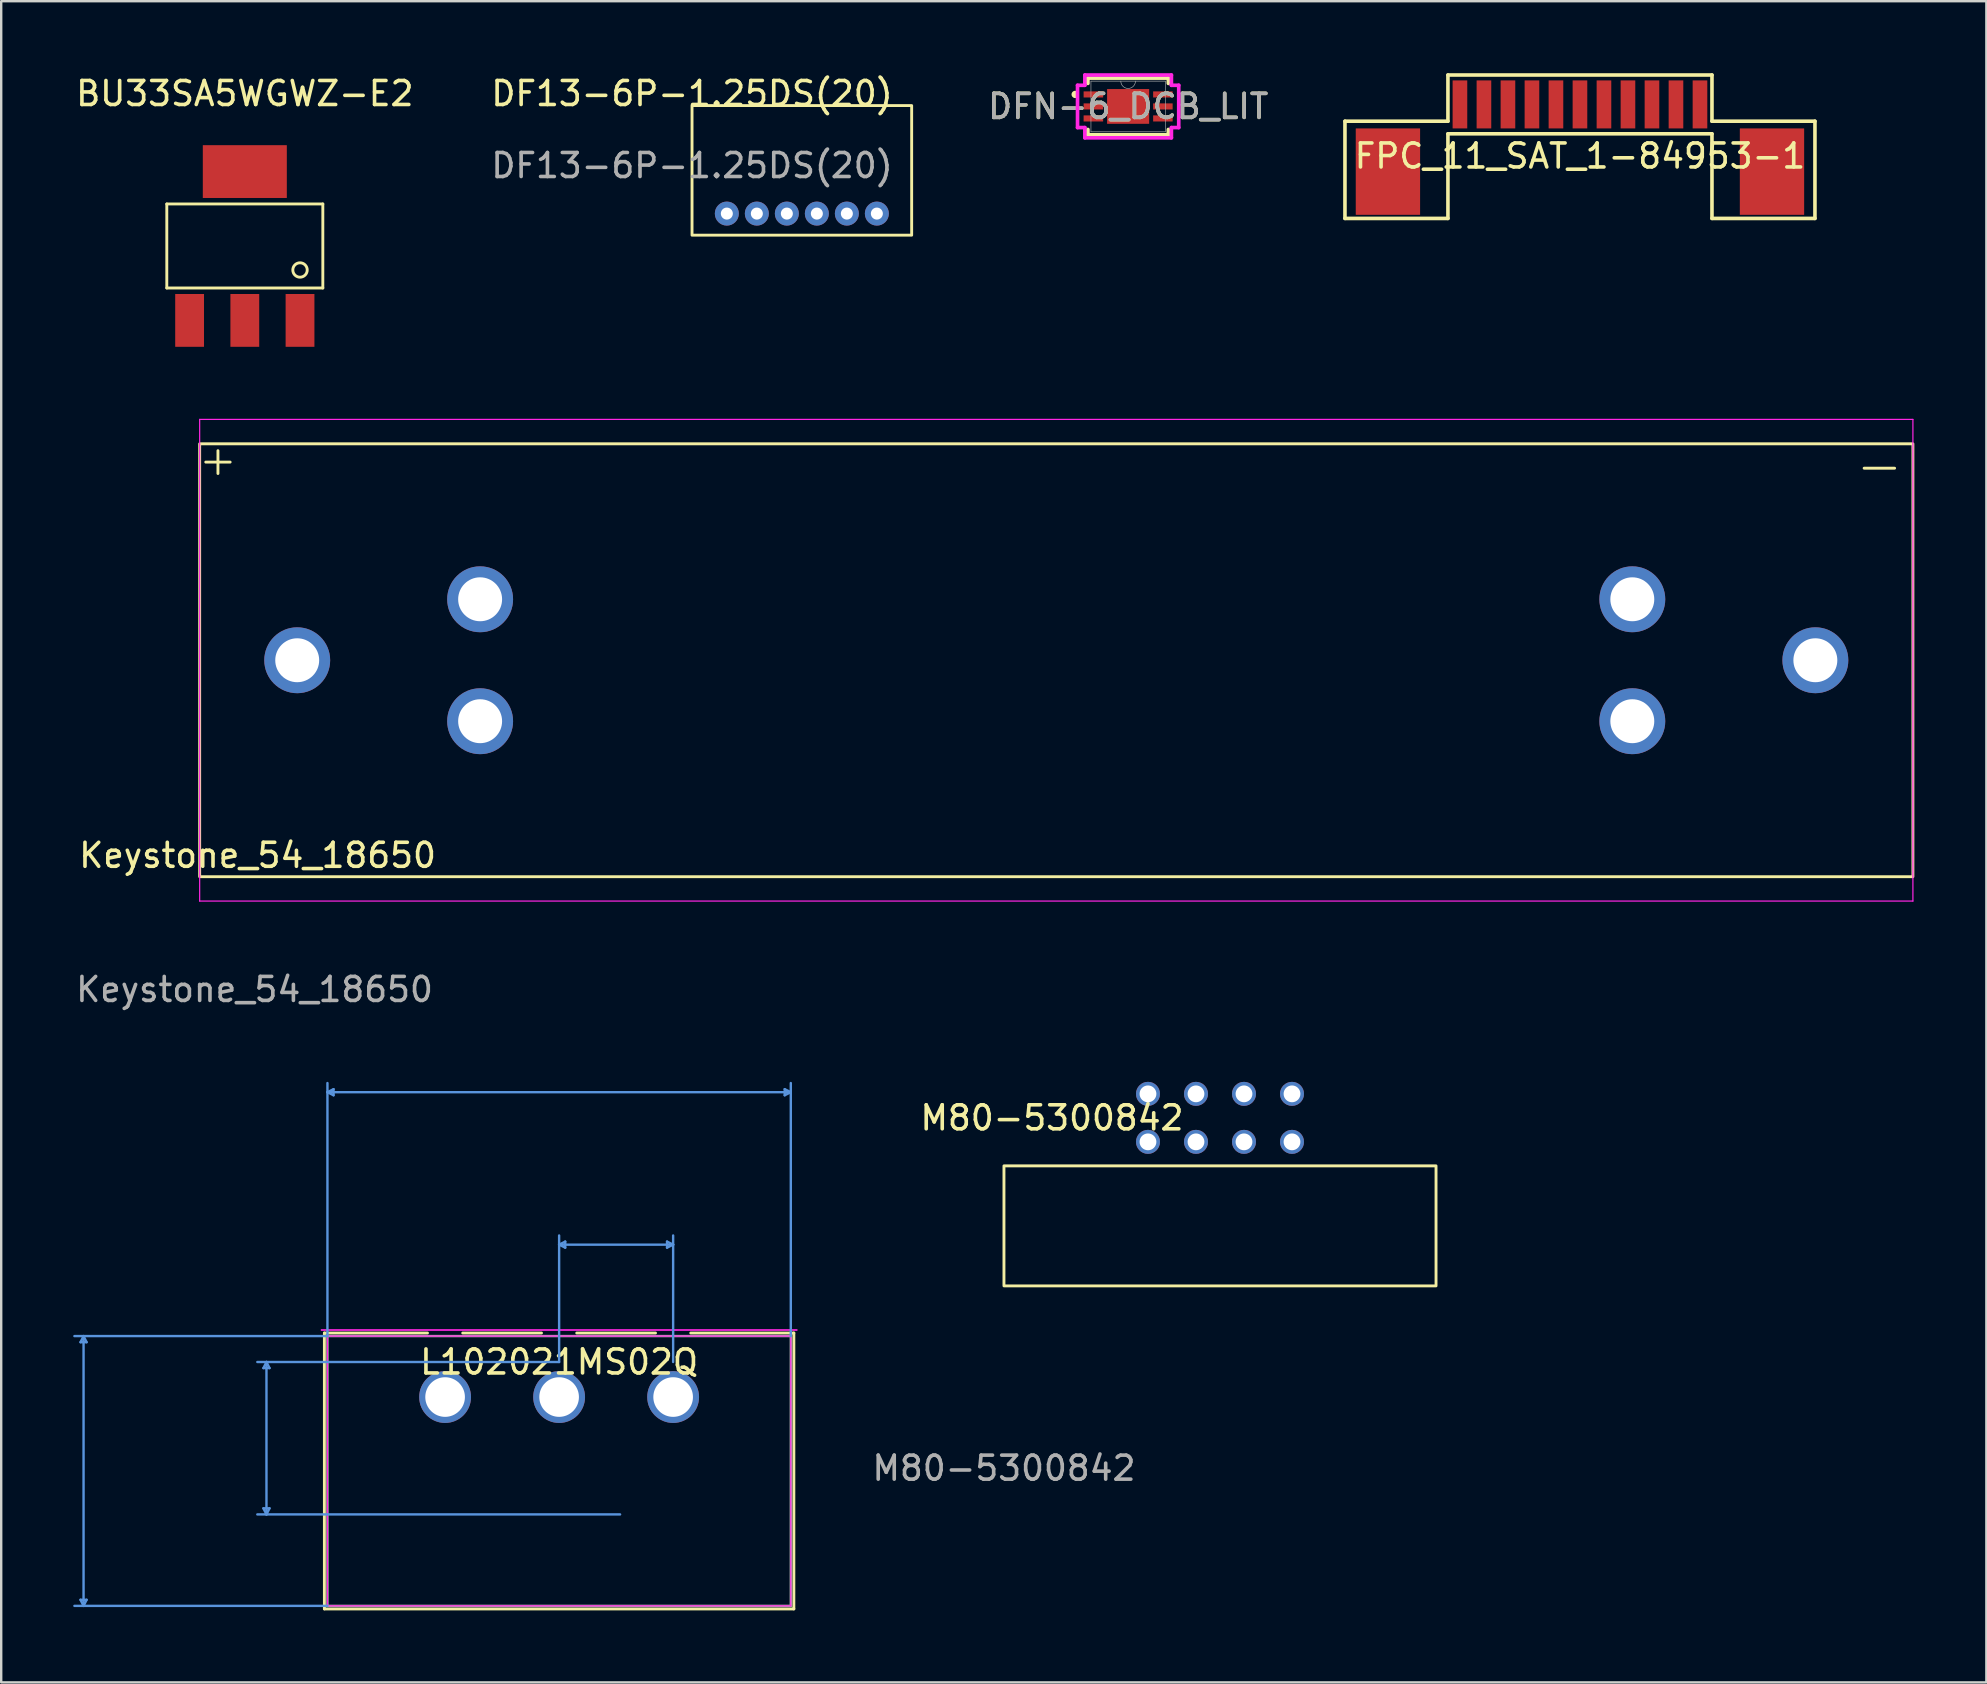
<source format=kicad_pcb>
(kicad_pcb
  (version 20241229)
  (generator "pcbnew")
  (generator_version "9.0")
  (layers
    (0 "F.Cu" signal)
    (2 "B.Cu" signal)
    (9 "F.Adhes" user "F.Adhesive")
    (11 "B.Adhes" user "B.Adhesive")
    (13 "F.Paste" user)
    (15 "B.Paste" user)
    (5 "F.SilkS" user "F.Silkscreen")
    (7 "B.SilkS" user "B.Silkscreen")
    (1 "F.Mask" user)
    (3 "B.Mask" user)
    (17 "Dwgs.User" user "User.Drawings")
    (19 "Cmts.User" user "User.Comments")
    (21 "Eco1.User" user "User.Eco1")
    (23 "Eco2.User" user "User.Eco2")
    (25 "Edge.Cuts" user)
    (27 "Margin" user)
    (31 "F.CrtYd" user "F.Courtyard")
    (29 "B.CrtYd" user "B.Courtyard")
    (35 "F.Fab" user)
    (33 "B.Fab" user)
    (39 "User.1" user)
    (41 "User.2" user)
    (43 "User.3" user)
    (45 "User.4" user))
  (footprint "Keystone_54_18650"
    (layer "F.Cu")
    (at 5.268 33.473)
    (property "Reference" "Keystone_54_18650" (at 2.413 -0.889 0) (unlocked yes) (layer "F.SilkS") (effects (font (size 1 1) (thickness 0.15))))
    (attr through_hole)
    (fp_line (start 0.254 -17.272) (end 1.27 -17.272) (stroke (width 0.12) (type solid)) (layer "F.SilkS"))
    (fp_line (start 0.762 -17.748) (end 0.762 -16.796) (stroke (width 0.12) (type solid)) (layer "F.SilkS"))
    (fp_line (start 69.342 -17.018) (end 70.612 -17.018) (stroke (width 0.12) (type solid)) (layer "F.SilkS"))
    (fp_rect (start 0 -18.034) (end 71.374 0) (stroke (width 0.12) (type solid)) (fill no) (layer "F.SilkS"))
    (fp_line (start 0 -19.05) (end 0 0) (stroke (width 0.05) (type solid)) (layer "F.CrtYd"))
    (fp_line (start 0 0) (end 0 1.016) (stroke (width 0.05) (type solid)) (layer "F.CrtYd"))
    (fp_line (start 0 1.016) (end 71.374 1.016) (stroke (width 0.05) (type solid)) (layer "F.CrtYd"))
    (fp_line (start 71.374 -19.05) (end 0 -19.05) (stroke (width 0.05) (type solid)) (layer "F.CrtYd"))
    (fp_line (start 71.374 1.016) (end 71.374 -19.05) (stroke (width 0.05) (type solid)) (layer "F.CrtYd"))
    (fp_text user "${REFERENCE}" (at 2.286 4.699 0) (unlocked yes) (layer "F.Fab") (effects (font (size 1 1) (thickness 0.15))))
    (pad "1" thru_hole circle (at 4.064 -9.017) (size 2.745 2.745) (drill 1.83) (layers "*.Cu" "*.Mask"))
    (pad "1" thru_hole circle (at 11.684 -11.557) (size 2.745 2.745) (drill 1.83) (layers "*.Cu" "*.Mask"))
    (pad "1" thru_hole circle (at 11.684 -6.477) (size 2.745 2.745) (drill 1.83) (layers "*.Cu" "*.Mask"))
    (pad "2" thru_hole circle (at 59.684 -11.557) (size 2.745 2.745) (drill 1.83) (layers "*.Cu" "*.Mask"))
    (pad "2" thru_hole circle (at 59.684 -6.477) (size 2.745 2.745) (drill 1.83) (layers "*.Cu" "*.Mask"))
    (pad "2" thru_hole circle (at 67.31 -9.017) (size 2.745 2.745) (drill 1.83) (layers "*.Cu" "*.Mask")))
  (footprint "BU33SA5WGWZ-E2"
    (layer "F.Cu")
    (at 7.149 7.198)
    (property "Reference" "BU33SA5WGWZ-E2" (at 0 -6.35 0) (layer "F.SilkS") (effects (font (size 1 1) (thickness 0.15))))
    (attr smd)
    (fp_line (start -3.25 1.75) (end -3.25 -1.75) (stroke (width 0.12) (type solid)) (layer "F.SilkS"))
    (fp_line (start -3.25 1.75) (end 3.25 1.75) (stroke (width 0.12) (type solid)) (layer "F.SilkS"))
    (fp_line (start 3.25 -1.75) (end -3.25 -1.75) (stroke (width 0.12) (type solid)) (layer "F.SilkS"))
    (fp_line (start 3.25 1.75) (end 3.25 -1.75) (stroke (width 0.12) (type solid)) (layer "F.SilkS"))
    (fp_circle (center 2.3 1) (end 2.6 1) (stroke (width 0.12) (type solid)) (fill no) (layer "F.SilkS"))
    (pad "1" smd rect (at 2.3 3.1) (size 1.2 2.2) (layers "F.Cu" "F.Mask" "F.Paste"))
    (pad "2" smd rect (at 0 3.1) (size 1.2 2.2) (layers "F.Cu" "F.Mask" "F.Paste"))
    (pad "3" smd rect (at -2.3 3.1) (size 1.2 2.2) (layers "F.Cu" "F.Mask" "F.Paste"))
    (pad "4" smd rect (at 0 -3.1) (size 3.5 2.2) (layers "F.Cu" "F.Mask" "F.Paste")))
  (footprint "M80-5300842"
    (layer "F.Cu")
    (at 38.775 50.52)
    (property "Reference" "M80-5300842" (at 2 -7 0) (unlocked yes) (layer "F.SilkS") (effects (font (size 1 1) (thickness 0.15))))
    (attr through_hole)
    (fp_rect (start 0 -5) (end 18 0) (stroke (width 0.12) (type solid)) (fill no) (layer "F.SilkS"))
    (fp_text user "${REFERENCE}" (at 0 7.596 0) (unlocked yes) (layer "F.Fab") (effects (font (size 1 1) (thickness 0.15))))
    (pad "1" thru_hole circle (at 12 -8) (size 1 1) (drill 0.7) (layers "*.Cu" "*.Mask"))
    (pad "2" thru_hole circle (at 10 -8) (size 1 1) (drill 0.7) (layers "*.Cu" "*.Mask"))
    (pad "3" thru_hole circle (at 8 -8) (size 1 1) (drill 0.7) (layers "*.Cu" "*.Mask"))
    (pad "4" thru_hole circle (at 6 -8) (size 1 1) (drill 0.7) (layers "*.Cu" "*.Mask"))
    (pad "5" thru_hole circle (at 12 -6) (size 1 1) (drill 0.7) (layers "*.Cu" "*.Mask"))
    (pad "6" thru_hole circle (at 10 -6) (size 1 1) (drill 0.7) (layers "*.Cu" "*.Mask"))
    (pad "7" thru_hole circle (at 8 -6) (size 1 1) (drill 0.7) (layers "*.Cu" "*.Mask"))
    (pad "8" thru_hole circle (at 6 -6) (size 1 1) (drill 0.7) (layers "*.Cu" "*.Mask")))
  (footprint "DFN-6_DCB_LIT"
    (layer "F.Cu")
    (at 43.948 1.384)
    (property "Reference" "DFN-6_DCB_LIT" (at 0 0 0) (unlocked yes) (layer "F.SilkS") (effects (font (size 1 1) (thickness 0.15))))
    (attr smd)
    (fp_line (start -1.676 -1.181) (end -1.676 -0.96) (stroke (width 0.152) (type solid)) (layer "F.SilkS"))
    (fp_line (start -1.676 0.96) (end -1.676 1.181) (stroke (width 0.152) (type solid)) (layer "F.SilkS"))
    (fp_line (start -1.676 1.181) (end 1.676 1.181) (stroke (width 0.152) (type solid)) (layer "F.SilkS"))
    (fp_line (start 1.676 -1.181) (end -1.676 -1.181) (stroke (width 0.152) (type solid)) (layer "F.SilkS"))
    (fp_line (start 1.676 -0.96) (end 1.676 -1.181) (stroke (width 0.152) (type solid)) (layer "F.SilkS"))
    (fp_line (start 1.676 1.181) (end 1.676 0.96) (stroke (width 0.152) (type solid)) (layer "F.SilkS"))
    (fp_arc (start -2.18694 -0.426171) (mid -2.282 -0.5) (end -2.18694 -0.573829) (stroke (width 0.1524) (type solid)) (layer "F.SilkS"))
    (fp_line (start -2.108 -0.881) (end -1.803 -0.881) (stroke (width 0.152) (type solid)) (layer "F.CrtYd"))
    (fp_line (start -2.108 0.881) (end -2.108 -0.881) (stroke (width 0.152) (type solid)) (layer "F.CrtYd"))
    (fp_line (start -2.108 0.881) (end -1.803 0.881) (stroke (width 0.152) (type solid)) (layer "F.CrtYd"))
    (fp_line (start -1.803 -1.308) (end 1.803 -1.308) (stroke (width 0.152) (type solid)) (layer "F.CrtYd"))
    (fp_line (start -1.803 -0.881) (end -1.803 -1.308) (stroke (width 0.152) (type solid)) (layer "F.CrtYd"))
    (fp_line (start -1.803 1.308) (end -1.803 0.881) (stroke (width 0.152) (type solid)) (layer "F.CrtYd"))
    (fp_line (start 1.803 -1.308) (end 1.803 -0.881) (stroke (width 0.152) (type solid)) (layer "F.CrtYd"))
    (fp_line (start 1.803 0.881) (end 1.803 1.308) (stroke (width 0.152) (type solid)) (layer "F.CrtYd"))
    (fp_line (start 1.803 1.308) (end -1.803 1.308) (stroke (width 0.152) (type solid)) (layer "F.CrtYd"))
    (fp_line (start 2.108 -0.881) (end 1.803 -0.881) (stroke (width 0.152) (type solid)) (layer "F.CrtYd"))
    (fp_line (start 2.108 -0.881) (end 2.108 0.881) (stroke (width 0.152) (type solid)) (layer "F.CrtYd"))
    (fp_line (start 2.108 0.881) (end 1.803 0.881) (stroke (width 0.152) (type solid)) (layer "F.CrtYd"))
    (fp_line (start -1.549 -1.054) (end -1.549 1.054) (stroke (width 0.025) (type solid)) (layer "F.Fab"))
    (fp_line (start -1.549 1.054) (end 1.549 1.054) (stroke (width 0.025) (type solid)) (layer "F.Fab"))
    (fp_line (start 1.549 -1.054) (end -1.549 -1.054) (stroke (width 0.025) (type solid)) (layer "F.Fab"))
    (fp_line (start 1.549 1.054) (end 1.549 -1.054) (stroke (width 0.025) (type solid)) (layer "F.Fab"))
    (fp_arc (start 0.3048 -1.0541) (mid 0 -0.7493) (end -0.3048 -1.0541) (stroke (width 0.0254) (type solid)) (layer "F.Fab"))
    (fp_text user "${REFERENCE}" (at 0 0 0) (unlocked yes) (layer "F.Fab") (effects (font (size 1 1) (thickness 0.15))))
    (pad "1" smd rect (at -1.448 -0.5) (size 0.813 0.254) (layers "F.Cu" "F.Mask" "F.Paste"))
    (pad "2" smd rect (at -1.448 0) (size 0.813 0.254) (layers "F.Cu" "F.Mask" "F.Paste"))
    (pad "3" smd rect (at -1.448 0.5) (size 0.813 0.254) (layers "F.Cu" "F.Mask" "F.Paste"))
    (pad "4" smd rect (at 1.448 0.5) (size 0.813 0.254) (layers "F.Cu" "F.Mask" "F.Paste"))
    (pad "5" smd rect (at 1.448 0) (size 0.813 0.254) (layers "F.Cu" "F.Mask" "F.Paste"))
    (pad "6" smd rect (at 1.448 -0.5) (size 0.813 0.254) (layers "F.Cu" "F.Mask" "F.Paste"))
    (pad "7" smd rect (at 0 0) (size 1.753 1.448) (layers "F.Cu" "F.Mask" "F.Paste")))
  (footprint "L102021MS02Q"
    (layer "F.Cu")
    (at 15.493 55.151)
    (property "Reference" "L102021MS02Q" (at 4.75 -1.46 0) (layer "F.SilkS") (effects (font (size 1 1) (thickness 0.15))))
    (attr through_hole)
    (fp_line (start -5.029 -2.667) (end -5.029 8.827) (stroke (width 0.12) (type solid)) (layer "F.SilkS"))
    (fp_line (start -5.029 8.827) (end 14.529 8.827) (stroke (width 0.12) (type solid)) (layer "F.SilkS"))
    (fp_line (start -0.734 -2.667) (end -5.029 -2.667) (stroke (width 0.12) (type solid)) (layer "F.SilkS"))
    (fp_line (start 4.016 -2.667) (end 0.734 -2.667) (stroke (width 0.12) (type solid)) (layer "F.SilkS"))
    (fp_line (start 8.766 -2.667) (end 5.484 -2.667) (stroke (width 0.12) (type solid)) (layer "F.SilkS"))
    (fp_line (start 14.529 -2.667) (end 10.234 -2.667) (stroke (width 0.12) (type solid)) (layer "F.SilkS"))
    (fp_line (start 14.529 8.827) (end 14.529 -2.667) (stroke (width 0.12) (type solid)) (layer "F.SilkS"))
    (fp_line (start -15.189 -2.285) (end -14.935 -2.285) (stroke (width 0.1) (type solid)) (layer "Cmts.User"))
    (fp_line (start -15.189 8.446) (end -14.935 8.446) (stroke (width 0.1) (type solid)) (layer "Cmts.User"))
    (fp_line (start -15.062 -2.539) (end -15.189 -2.285) (stroke (width 0.1) (type solid)) (layer "Cmts.User"))
    (fp_line (start -15.062 -2.539) (end -15.062 8.7) (stroke (width 0.1) (type solid)) (layer "Cmts.User"))
    (fp_line (start -15.062 -2.539) (end -14.935 -2.285) (stroke (width 0.1) (type solid)) (layer "Cmts.User"))
    (fp_line (start -15.062 8.7) (end -15.189 8.446) (stroke (width 0.1) (type solid)) (layer "Cmts.User"))
    (fp_line (start -15.062 8.7) (end -14.935 8.446) (stroke (width 0.1) (type solid)) (layer "Cmts.User"))
    (fp_line (start -7.569 -1.206) (end -7.315 -1.206) (stroke (width 0.1) (type solid)) (layer "Cmts.User"))
    (fp_line (start -7.569 4.636) (end -7.315 4.636) (stroke (width 0.1) (type solid)) (layer "Cmts.User"))
    (fp_line (start -7.442 -1.46) (end -7.569 -1.206) (stroke (width 0.1) (type solid)) (layer "Cmts.User"))
    (fp_line (start -7.442 -1.46) (end -7.442 4.89) (stroke (width 0.1) (type solid)) (layer "Cmts.User"))
    (fp_line (start -7.442 -1.46) (end -7.315 -1.206) (stroke (width 0.1) (type solid)) (layer "Cmts.User"))
    (fp_line (start -7.442 4.89) (end -7.569 4.636) (stroke (width 0.1) (type solid)) (layer "Cmts.User"))
    (fp_line (start -7.442 4.89) (end -7.315 4.636) (stroke (width 0.1) (type solid)) (layer "Cmts.User"))
    (fp_line (start -4.902 -12.7) (end -4.648 -12.826) (stroke (width 0.1) (type solid)) (layer "Cmts.User"))
    (fp_line (start -4.902 -12.7) (end -4.648 -12.572) (stroke (width 0.1) (type solid)) (layer "Cmts.User"))
    (fp_line (start -4.902 -12.7) (end 14.402 -12.7) (stroke (width 0.1) (type solid)) (layer "Cmts.User"))
    (fp_line (start -4.902 -2.539) (end -15.443 -2.539) (stroke (width 0.1) (type solid)) (layer "Cmts.User"))
    (fp_line (start -4.902 -2.539) (end -4.902 -13.081) (stroke (width 0.1) (type solid)) (layer "Cmts.User"))
    (fp_line (start -4.902 8.7) (end -15.443 8.7) (stroke (width 0.1) (type solid)) (layer "Cmts.User"))
    (fp_line (start -4.648 -12.826) (end -4.648 -12.572) (stroke (width 0.1) (type solid)) (layer "Cmts.User"))
    (fp_line (start 4.75 -6.349) (end 5.004 -6.476) (stroke (width 0.1) (type solid)) (layer "Cmts.User"))
    (fp_line (start 4.75 -6.349) (end 5.004 -6.223) (stroke (width 0.1) (type solid)) (layer "Cmts.User"))
    (fp_line (start 4.75 -6.349) (end 9.5 -6.349) (stroke (width 0.1) (type solid)) (layer "Cmts.User"))
    (fp_line (start 4.75 -1.46) (end -7.823 -1.46) (stroke (width 0.1) (type solid)) (layer "Cmts.User"))
    (fp_line (start 4.75 -1.46) (end 4.75 -6.731) (stroke (width 0.1) (type solid)) (layer "Cmts.User"))
    (fp_line (start 5.004 -6.476) (end 5.004 -6.223) (stroke (width 0.1) (type solid)) (layer "Cmts.User"))
    (fp_line (start 7.29 4.89) (end -7.823 4.89) (stroke (width 0.1) (type solid)) (layer "Cmts.User"))
    (fp_line (start 9.246 -6.476) (end 9.246 -6.223) (stroke (width 0.1) (type solid)) (layer "Cmts.User"))
    (fp_line (start 9.5 -6.349) (end 9.246 -6.476) (stroke (width 0.1) (type solid)) (layer "Cmts.User"))
    (fp_line (start 9.5 -6.349) (end 9.246 -6.223) (stroke (width 0.1) (type solid)) (layer "Cmts.User"))
    (fp_line (start 9.5 -1.46) (end 9.5 -6.731) (stroke (width 0.1) (type solid)) (layer "Cmts.User"))
    (fp_line (start 14.148 -12.826) (end 14.148 -12.572) (stroke (width 0.1) (type solid)) (layer "Cmts.User"))
    (fp_line (start 14.402 -12.7) (end 14.148 -12.826) (stroke (width 0.1) (type solid)) (layer "Cmts.User"))
    (fp_line (start 14.402 -12.7) (end 14.148 -12.572) (stroke (width 0.1) (type solid)) (layer "Cmts.User"))
    (fp_line (start 14.402 -2.539) (end 14.402 -13.081) (stroke (width 0.1) (type solid)) (layer "Cmts.User"))
    (fp_line (start -4.902 -2.539) (end -4.902 8.7) (stroke (width 0.05) (type solid)) (layer "F.CrtYd"))
    (fp_line (start -4.902 8.7) (end 14.402 8.7) (stroke (width 0.05) (type solid)) (layer "F.CrtYd"))
    (fp_line (start 14.402 -2.539) (end -4.902 -2.539) (stroke (width 0.05) (type solid)) (layer "F.CrtYd"))
    (fp_line (start 14.402 8.7) (end 14.402 -2.539) (stroke (width 0.05) (type solid)) (layer "F.CrtYd"))
    (fp_line (start 14.656 -2.793) (end -5.156 -2.793) (stroke (width 0.05) (type solid)) (layer "F.CrtYd"))
    (fp_line (start 14.656 -2.793) (end -5.156 -2.793) (stroke (width 0.05) (type solid)) (layer "F.CrtYd"))
    (fp_line (start -4.902 -2.539) (end -4.902 8.7) (stroke (width 0.1) (type solid)) (layer "F.Fab"))
    (fp_line (start -4.902 8.7) (end 14.402 8.7) (stroke (width 0.1) (type solid)) (layer "F.Fab"))
    (fp_line (start 14.402 -2.539) (end -4.902 -2.539) (stroke (width 0.1) (type solid)) (layer "F.Fab"))
    (fp_line (start 14.402 8.7) (end 14.402 -2.539) (stroke (width 0.1) (type solid)) (layer "F.Fab"))
    (fp_text user "Copyright 2021 Accelerated Designs. All rights reserved." (at 0 0 0) (layer "Cmts.User") (effects (font (size 0.127 0.127) (thickness 0.002))))
    (pad "1" thru_hole circle (at 0 0) (size 2.159 2.159) (drill 1.651) (layers "*.Cu" "*.Mask"))
    (pad "2" thru_hole circle (at 4.75 0) (size 2.159 2.159) (drill 1.651) (layers "*.Cu" "*.Mask"))
    (pad "3" thru_hole circle (at 9.5 0) (size 2.159 2.159) (drill 1.651) (layers "*.Cu" "*.Mask")))
  (footprint "FPC_11_SAT_1-84953-1"
    (layer "F.Cu")
    (at 62.771 1.3)
    (property "Reference" "FPC_11_SAT_1-84953-1" (at 0 2.15 0) (layer "F.SilkS") (effects (font (size 1 1) (thickness 0.15))))
    (attr smd)
    (fp_line (start -9.79 0.7) (end -5.5 0.7) (stroke (width 0.15) (type solid)) (layer "F.SilkS"))
    (fp_line (start -9.79 4.75) (end -9.79 0.7) (stroke (width 0.15) (type solid)) (layer "F.SilkS"))
    (fp_line (start -5.5 -1.225) (end 5.5 -1.225) (stroke (width 0.15) (type solid)) (layer "F.SilkS"))
    (fp_line (start -5.5 0.7) (end -5.5 -1.225) (stroke (width 0.15) (type solid)) (layer "F.SilkS"))
    (fp_line (start -5.5 1.225) (end -5.5 4.75) (stroke (width 0.15) (type solid)) (layer "F.SilkS"))
    (fp_line (start -5.5 1.225) (end 5.5 1.225) (stroke (width 0.15) (type solid)) (layer "F.SilkS"))
    (fp_line (start -5.5 4.75) (end -9.79 4.75) (stroke (width 0.15) (type solid)) (layer "F.SilkS"))
    (fp_line (start 5.5 0.7) (end 5.5 -1.225) (stroke (width 0.15) (type solid)) (layer "F.SilkS"))
    (fp_line (start 5.5 1.225) (end 5.5 4.75) (stroke (width 0.15) (type solid)) (layer "F.SilkS"))
    (fp_line (start 5.5 4.75) (end 9.79 4.75) (stroke (width 0.15) (type solid)) (layer "F.SilkS"))
    (fp_line (start 9.79 0.7) (end 5.5 0.7) (stroke (width 0.15) (type solid)) (layer "F.SilkS"))
    (fp_line (start 9.79 4.75) (end 9.79 0.7) (stroke (width 0.15) (type solid)) (layer "F.SilkS"))
    (pad "0" smd rect (at -8 2.8) (size 2.68 3.6) (layers "F.Cu" "F.Mask" "F.Paste"))
    (pad "0" smd rect (at 8 2.8) (size 2.68 3.6) (layers "F.Cu" "F.Mask" "F.Paste"))
    (pad "1" smd rect (at 5 0) (size 0.61 2) (layers "F.Cu" "F.Mask" "F.Paste"))
    (pad "2" smd rect (at 4 0) (size 0.61 2) (layers "F.Cu" "F.Mask" "F.Paste"))
    (pad "3" smd rect (at 3 0) (size 0.61 2) (layers "F.Cu" "F.Mask" "F.Paste"))
    (pad "4" smd rect (at 2 0) (size 0.61 2) (layers "F.Cu" "F.Mask" "F.Paste"))
    (pad "5" smd rect (at 1 0) (size 0.61 2) (layers "F.Cu" "F.Mask" "F.Paste"))
    (pad "6" smd rect (at 0 0) (size 0.61 2) (layers "F.Cu" "F.Mask" "F.Paste"))
    (pad "7" smd rect (at -1 0) (size 0.61 2) (layers "F.Cu" "F.Mask" "F.Paste"))
    (pad "8" smd rect (at -2 0) (size 0.61 2) (layers "F.Cu" "F.Mask" "F.Paste"))
    (pad "9" smd rect (at -3 0) (size 0.61 2) (layers "F.Cu" "F.Mask" "F.Paste"))
    (pad "10" smd rect (at -4 0) (size 0.61 2) (layers "F.Cu" "F.Mask" "F.Paste"))
    (pad "11" smd rect (at -5 0) (size 0.61 2) (layers "F.Cu" "F.Mask" "F.Paste")))
  (footprint "DF13-6P-1.25DS(20)"
    (layer "F.Cu")
    (at 25.78 1.348)
    (property "Reference" "DF13-6P-1.25DS(20)" (at 0 -0.5 0) (unlocked yes) (layer "F.SilkS") (effects (font (size 1 1) (thickness 0.15))))
    (attr through_hole)
    (fp_rect (start 0 0) (end 9.15 5.4) (stroke (width 0.12) (type solid)) (fill no) (layer "F.SilkS"))
    (fp_text user "${REFERENCE}" (at 0 2.5 0) (unlocked yes) (layer "F.Fab") (effects (font (size 1 1) (thickness 0.15))))
    (pad "1" thru_hole circle (at 1.45 4.5) (size 1 1) (drill 0.5) (layers "*.Cu" "*.Mask"))
    (pad "2" thru_hole circle (at 2.7 4.5) (size 1 1) (drill 0.5) (layers "*.Cu" "*.Mask"))
    (pad "3" thru_hole circle (at 3.95 4.5) (size 1 1) (drill 0.5) (layers "*.Cu" "*.Mask"))
    (pad "4" thru_hole circle (at 5.2 4.5) (size 1 1) (drill 0.5) (layers "*.Cu" "*.Mask"))
    (pad "5" thru_hole circle (at 6.45 4.5) (size 1 1) (drill 0.5) (layers "*.Cu" "*.Mask"))
    (pad "6" thru_hole circle (at 7.7 4.5) (size 1 1) (drill 0.5) (layers "*.Cu" "*.Mask")))
  (gr_rect
    (start -3 -3)
    (end 79.702 67.038)
    (stroke (width 0.1) (type default))
    (fill no)
    (layer "Edge.Cuts")))
</source>
